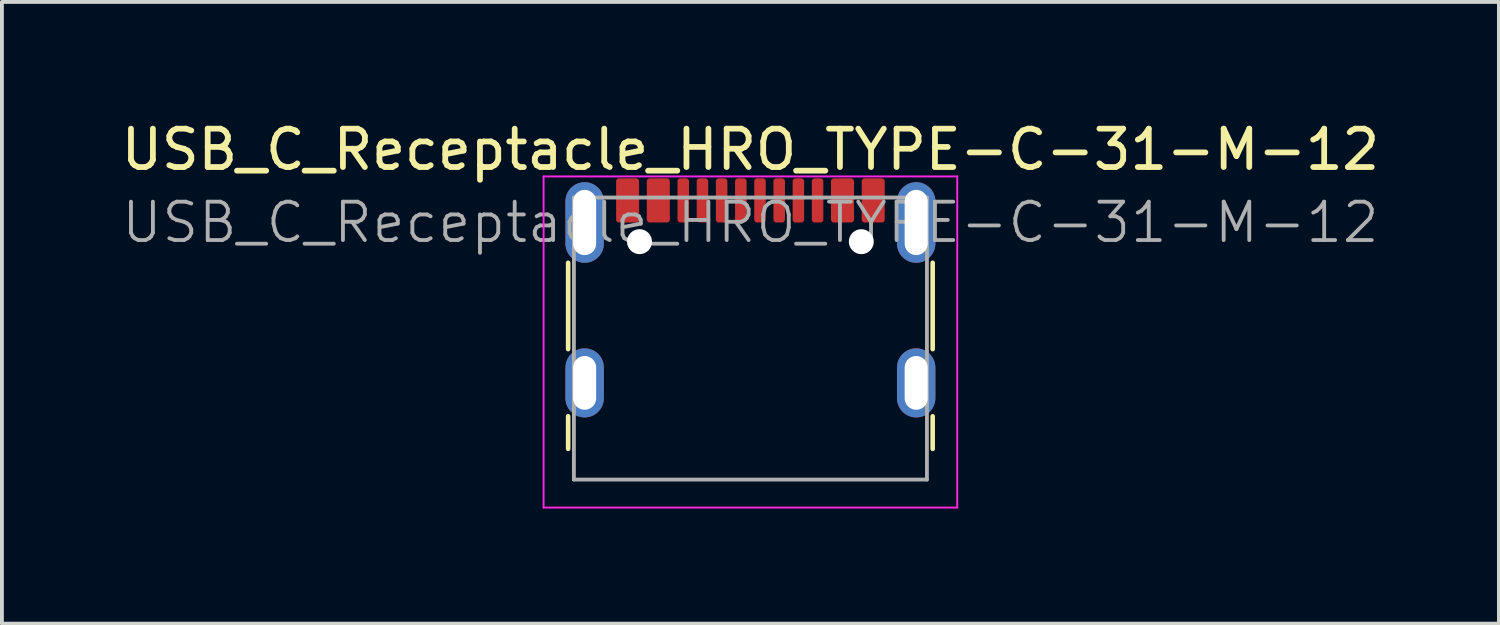
<source format=kicad_pcb>
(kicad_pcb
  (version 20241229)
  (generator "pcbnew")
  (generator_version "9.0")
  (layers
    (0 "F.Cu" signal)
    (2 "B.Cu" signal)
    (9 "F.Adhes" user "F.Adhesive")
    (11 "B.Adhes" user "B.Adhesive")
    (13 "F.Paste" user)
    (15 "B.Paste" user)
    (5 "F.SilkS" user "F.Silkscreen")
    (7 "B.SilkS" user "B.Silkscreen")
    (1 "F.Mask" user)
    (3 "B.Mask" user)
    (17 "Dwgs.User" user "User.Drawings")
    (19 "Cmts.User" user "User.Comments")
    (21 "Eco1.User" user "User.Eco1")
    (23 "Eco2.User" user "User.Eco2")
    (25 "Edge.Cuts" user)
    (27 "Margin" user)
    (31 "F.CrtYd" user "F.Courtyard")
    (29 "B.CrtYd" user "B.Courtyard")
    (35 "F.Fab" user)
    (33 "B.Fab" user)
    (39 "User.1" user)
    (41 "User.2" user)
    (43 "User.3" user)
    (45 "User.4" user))
  (footprint "USB_C_Receptacle_HRO_TYPE-C-31-M-12"
    (layer "F.Cu")
    (at 16.506 2.748)
    (property "Reference" "USB_C_Receptacle_HRO_TYPE-C-31-M-12" (at 0 -1.9 0) (layer "F.SilkS") (effects (font (size 1 1) (thickness 0.15))))
    (attr smd)
    (fp_line (start -4.75 1.05) (end -4.75 3.3) (stroke (width 0.12) (type solid)) (layer "F.SilkS"))
    (fp_line (start -4.75 5.05) (end -4.75 5.9) (stroke (width 0.12) (type solid)) (layer "F.SilkS"))
    (fp_line (start 4.75 1.05) (end 4.75 3.3) (stroke (width 0.12) (type solid)) (layer "F.SilkS"))
    (fp_line (start 4.75 5.05) (end 4.75 5.9) (stroke (width 0.12) (type solid)) (layer "F.SilkS"))
    (fp_line (start -5.39 -1.2) (end 5.39 -1.2) (stroke (width 0.05) (type solid)) (layer "F.CrtYd"))
    (fp_line (start -5.39 7.43) (end -5.39 -1.2) (stroke (width 0.05) (type solid)) (layer "F.CrtYd"))
    (fp_line (start 5.39 -1.2) (end 5.39 7.43) (stroke (width 0.05) (type solid)) (layer "F.CrtYd"))
    (fp_line (start 5.39 7.43) (end -5.39 7.43) (stroke (width 0.05) (type solid)) (layer "F.CrtYd"))
    (fp_line (start -4.6 -0.65) (end 4.6 -0.65) (stroke (width 0.1) (type solid)) (layer "F.Fab"))
    (fp_line (start -4.6 6.7) (end -4.6 -0.65) (stroke (width 0.1) (type solid)) (layer "F.Fab"))
    (fp_line (start -4.6 6.7) (end 4.6 6.7) (stroke (width 0.1) (type solid)) (layer "F.Fab"))
    (fp_line (start 4.6 6.7) (end 4.6 -0.65) (stroke (width 0.1) (type solid)) (layer "F.Fab"))
    (fp_text user "${REFERENCE}" (at 0 0 0) (layer "F.Fab") (effects (font (size 1 1) (thickness 0.1))))
    (pad "" np_thru_hole circle (at -2.89 0.5) (size 0.65 0.65) (drill 0.65) (layers "*.Cu" "*.Mask"))
    (pad "" np_thru_hole circle (at 2.89 0.5) (size 0.65 0.65) (drill 0.65) (layers "*.Cu" "*.Mask"))
    (pad "A1" smd roundrect (at -3.2 -0.575) (size 0.6 1.15) (layers "F.Cu" "F.Mask" "F.Paste") (roundrect_rratio 0.125))
    (pad "A4" smd roundrect (at -2.4 -0.575) (size 0.6 1.15) (layers "F.Cu" "F.Mask" "F.Paste") (roundrect_rratio 0.125))
    (pad "A5" smd roundrect (at -1.25 -0.575) (size 0.3 1.15) (layers "F.Cu" "F.Mask" "F.Paste") (roundrect_rratio 0.25))
    (pad "A6" smd roundrect (at -0.25 -0.575) (size 0.3 1.15) (layers "F.Cu" "F.Mask" "F.Paste") (roundrect_rratio 0.25))
    (pad "A7" smd roundrect (at 0.25 -0.575) (size 0.3 1.15) (layers "F.Cu" "F.Mask" "F.Paste") (roundrect_rratio 0.25))
    (pad "A8" smd roundrect (at 1.25 -0.575) (size 0.3 1.15) (layers "F.Cu" "F.Mask" "F.Paste") (roundrect_rratio 0.25))
    (pad "B1" smd roundrect (at 3.2 -0.575) (size 0.6 1.15) (layers "F.Cu" "F.Mask" "F.Paste") (roundrect_rratio 0.125))
    (pad "B4" smd roundrect (at 2.4 -0.575) (size 0.6 1.15) (layers "F.Cu" "F.Mask" "F.Paste") (roundrect_rratio 0.125))
    (pad "B5" smd roundrect (at 1.75 -0.575) (size 0.3 1.15) (layers "F.Cu" "F.Mask" "F.Paste") (roundrect_rratio 0.25))
    (pad "B6" smd roundrect (at 0.75 -0.575) (size 0.3 1.15) (layers "F.Cu" "F.Mask" "F.Paste") (roundrect_rratio 0.25))
    (pad "B7" smd roundrect (at -0.75 -0.575) (size 0.3 1.15) (layers "F.Cu" "F.Mask" "F.Paste") (roundrect_rratio 0.25))
    (pad "B8" smd roundrect (at -1.75 -0.575) (size 0.3 1.15) (layers "F.Cu" "F.Mask" "F.Paste") (roundrect_rratio 0.25))
    (pad "S1" thru_hole oval (at -4.32 0) (size 1 2.1) (drill oval 0.6 1.7) (layers "*.Cu" "*.Mask"))
    (pad "S1" thru_hole oval (at -4.32 4.18) (size 1 1.8) (drill oval 0.6 1.4) (layers "*.Cu" "*.Mask"))
    (pad "S1" thru_hole oval (at 4.32 0) (size 1 2.1) (drill oval 0.6 1.7) (layers "*.Cu" "*.Mask"))
    (pad "S1" thru_hole oval (at 4.32 4.18) (size 1 1.8) (drill oval 0.6 1.4) (layers "*.Cu" "*.Mask")))
  (gr_rect
    (start -3 -3)
    (end 36.012 13.203)
    (stroke (width 0.1) (type default))
    (fill no)
    (layer "Edge.Cuts")))
</source>
